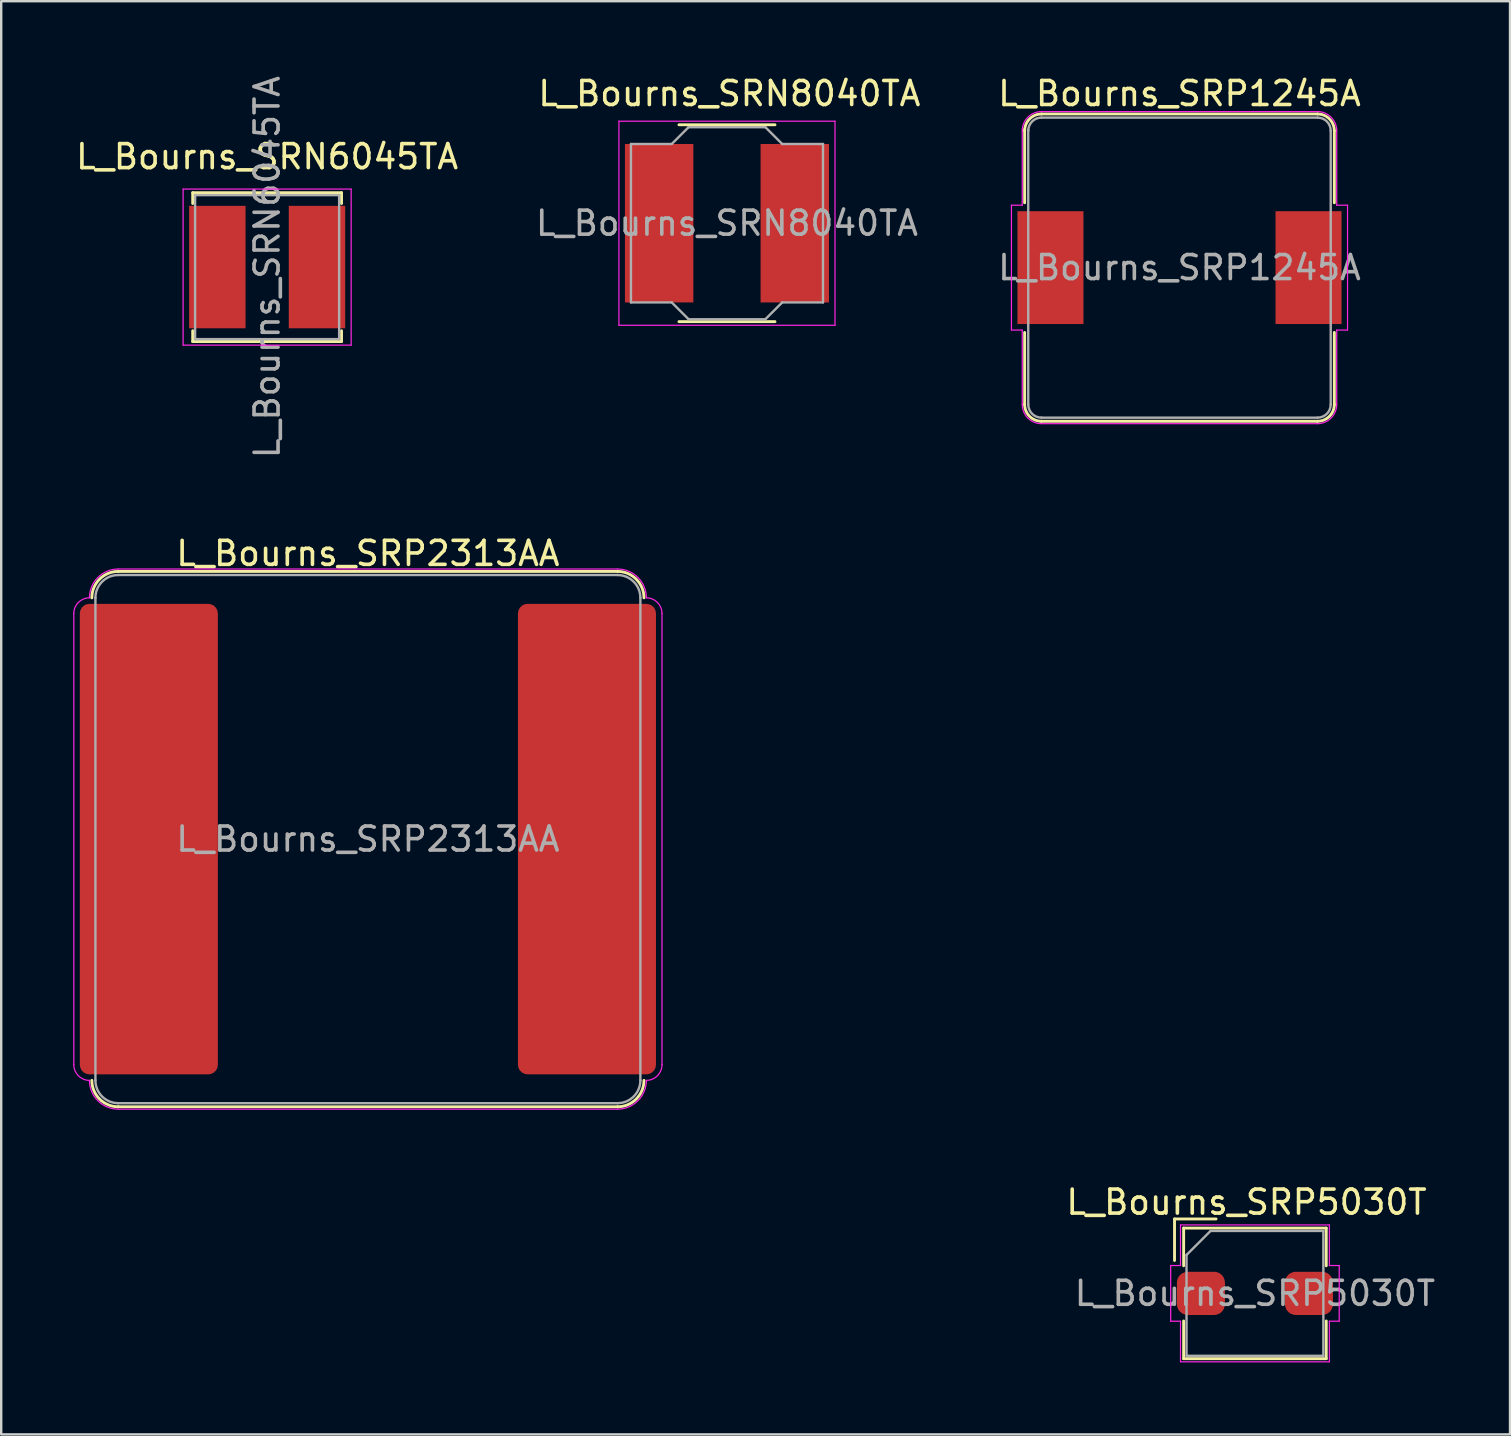
<source format=kicad_pcb>
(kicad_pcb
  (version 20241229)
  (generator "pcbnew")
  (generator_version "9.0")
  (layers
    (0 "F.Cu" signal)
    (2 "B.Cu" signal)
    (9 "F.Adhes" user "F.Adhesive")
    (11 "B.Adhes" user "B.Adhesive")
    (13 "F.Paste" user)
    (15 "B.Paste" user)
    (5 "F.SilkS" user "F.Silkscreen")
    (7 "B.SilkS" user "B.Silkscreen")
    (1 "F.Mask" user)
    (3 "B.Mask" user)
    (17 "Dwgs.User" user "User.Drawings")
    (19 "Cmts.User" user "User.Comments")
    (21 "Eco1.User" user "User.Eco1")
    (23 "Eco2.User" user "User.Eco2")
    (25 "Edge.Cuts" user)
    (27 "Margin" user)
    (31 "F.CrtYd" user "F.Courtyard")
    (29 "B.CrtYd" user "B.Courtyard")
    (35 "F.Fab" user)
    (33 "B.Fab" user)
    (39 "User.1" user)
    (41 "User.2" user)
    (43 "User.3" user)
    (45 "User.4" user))
  (footprint "L_Bourns_SRN8040TA"
    (layer "F.Cu")
    (at 27.232 6.248)
    (property "Reference" "L_Bourns_SRN8040TA" (at 0.1 -5.4 180) (layer "F.SilkS") (effects (font (size 1 1) (thickness 0.15))))
    (attr smd)
    (fp_line (start 2 -4.1) (end -2 -4.1) (stroke (width 0.12) (type solid)) (layer "F.SilkS"))
    (fp_line (start 2 4.1) (end -2 4.1) (stroke (width 0.12) (type solid)) (layer "F.SilkS"))
    (fp_line (start -4.5 -4.25) (end -4.5 4.25) (stroke (width 0.05) (type solid)) (layer "F.CrtYd"))
    (fp_line (start -4.5 4.25) (end 4.5 4.25) (stroke (width 0.05) (type solid)) (layer "F.CrtYd"))
    (fp_line (start 4.5 -4.25) (end -4.5 -4.25) (stroke (width 0.05) (type solid)) (layer "F.CrtYd"))
    (fp_line (start 4.5 4.25) (end 4.5 -4.25) (stroke (width 0.05) (type solid)) (layer "F.CrtYd"))
    (fp_line (start -4 3.3) (end -4 -3.3) (stroke (width 0.1) (type solid)) (layer "F.Fab"))
    (fp_line (start -2.3 -3.3) (end -4 -3.3) (stroke (width 0.1) (type solid)) (layer "F.Fab"))
    (fp_line (start -2.3 3.3) (end -4 3.3) (stroke (width 0.1) (type solid)) (layer "F.Fab"))
    (fp_line (start -1.6 -4) (end -2.3 -3.3) (stroke (width 0.1) (type solid)) (layer "F.Fab"))
    (fp_line (start -1.6 4) (end -2.3 3.3) (stroke (width 0.1) (type solid)) (layer "F.Fab"))
    (fp_line (start 1.6 -4) (end -1.6 -4) (stroke (width 0.1) (type solid)) (layer "F.Fab"))
    (fp_line (start 1.6 -4) (end 2.3 -3.3) (stroke (width 0.1) (type solid)) (layer "F.Fab"))
    (fp_line (start 1.6 4) (end -1.6 4) (stroke (width 0.1) (type solid)) (layer "F.Fab"))
    (fp_line (start 1.6 4) (end 2.3 3.3) (stroke (width 0.1) (type solid)) (layer "F.Fab"))
    (fp_line (start 2.3 -3.3) (end 4 -3.3) (stroke (width 0.1) (type solid)) (layer "F.Fab"))
    (fp_line (start 2.3 3.3) (end 4 3.3) (stroke (width 0.1) (type solid)) (layer "F.Fab"))
    (fp_line (start 4 -3.3) (end 4 3.3) (stroke (width 0.1) (type solid)) (layer "F.Fab"))
    (fp_text user "${REFERENCE}" (at 0 0 0) (layer "F.Fab") (effects (font (size 1 1) (thickness 0.15))))
    (pad "1" smd rect (at -2.825 0 270) (size 6.6 2.85) (layers "F.Cu" "F.Mask" "F.Paste"))
    (pad "2" smd rect (at 2.825 0 270) (size 6.6 2.85) (layers "F.Cu" "F.Mask" "F.Paste")))
  (footprint "L_Bourns_SRP5030T"
    (layer "F.Cu")
    (at 49.225 50.826)
    (property "Reference" "L_Bourns_SRP5030T" (at -0.35 -3.8 0) (layer "F.SilkS") (effects (font (size 1 1) (thickness 0.15))))
    (attr smd)
    (fp_line (start -3.35 -3.1) (end -1.62 -3.1) (stroke (width 0.12) (type solid)) (layer "F.SilkS"))
    (fp_line (start -3.35 -1.37) (end -3.35 -3.1) (stroke (width 0.12) (type solid)) (layer "F.SilkS"))
    (fp_line (start -2.97 -2.72) (end -2.97 -1.15) (stroke (width 0.12) (type solid)) (layer "F.SilkS"))
    (fp_line (start -2.97 -2.72) (end 2.97 -2.72) (stroke (width 0.12) (type solid)) (layer "F.SilkS"))
    (fp_line (start -2.97 1.15) (end -2.97 2.72) (stroke (width 0.12) (type solid)) (layer "F.SilkS"))
    (fp_line (start -2.97 2.72) (end 2.97 2.72) (stroke (width 0.12) (type solid)) (layer "F.SilkS"))
    (fp_line (start 2.97 -2.72) (end 2.97 -1.15) (stroke (width 0.12) (type solid)) (layer "F.SilkS"))
    (fp_line (start 2.97 1.15) (end 2.97 2.72) (stroke (width 0.12) (type solid)) (layer "F.SilkS"))
    (fp_line (start -3.51 -1.16) (end -3.51 1.16) (stroke (width 0.05) (type solid)) (layer "F.CrtYd"))
    (fp_line (start -3.51 1.16) (end -3.1 1.16) (stroke (width 0.05) (type solid)) (layer "F.CrtYd"))
    (fp_line (start -3.1 -2.85) (end -3.1 -1.16) (stroke (width 0.05) (type solid)) (layer "F.CrtYd"))
    (fp_line (start -3.1 -2.85) (end 3.1 -2.85) (stroke (width 0.05) (type solid)) (layer "F.CrtYd"))
    (fp_line (start -3.1 -1.16) (end -3.51 -1.16) (stroke (width 0.05) (type solid)) (layer "F.CrtYd"))
    (fp_line (start -3.1 1.16) (end -3.1 2.85) (stroke (width 0.05) (type solid)) (layer "F.CrtYd"))
    (fp_line (start -3.1 2.85) (end 3.1 2.85) (stroke (width 0.05) (type solid)) (layer "F.CrtYd"))
    (fp_line (start 3.1 -2.85) (end 3.1 -1.16) (stroke (width 0.05) (type solid)) (layer "F.CrtYd"))
    (fp_line (start 3.1 -1.16) (end 3.51 -1.16) (stroke (width 0.05) (type solid)) (layer "F.CrtYd"))
    (fp_line (start 3.1 1.16) (end 3.1 2.85) (stroke (width 0.05) (type solid)) (layer "F.CrtYd"))
    (fp_line (start 3.51 -1.16) (end 3.51 1.16) (stroke (width 0.05) (type solid)) (layer "F.CrtYd"))
    (fp_line (start 3.51 1.16) (end 3.1 1.16) (stroke (width 0.05) (type solid)) (layer "F.CrtYd"))
    (fp_line (start -2.85 -1.6) (end -1.85 -2.6) (stroke (width 0.1) (type solid)) (layer "F.Fab"))
    (fp_line (start -2.85 2.6) (end -2.85 -1.6) (stroke (width 0.1) (type solid)) (layer "F.Fab"))
    (fp_line (start -1.85 -2.6) (end 2.85 -2.6) (stroke (width 0.1) (type solid)) (layer "F.Fab"))
    (fp_line (start 2.85 -2.6) (end 2.85 2.6) (stroke (width 0.1) (type solid)) (layer "F.Fab"))
    (fp_line (start 2.85 2.6) (end -2.85 2.6) (stroke (width 0.1) (type solid)) (layer "F.Fab"))
    (fp_text user "" (at -49 0.05 0) (layer "F.SilkS") (effects (font (size 3 3) (thickness 0.15))))
    (fp_text user "${REFERENCE}" (at 0 0 0) (layer "F.Fab") (effects (font (size 1 1) (thickness 0.15))))
    (pad "1" smd roundrect (at -2.25 0) (size 2 1.8) (layers "F.Cu" "F.Mask" "F.Paste") (roundrect_rratio 0.25))
    (pad "2" smd roundrect (at 2.25 0) (size 2 1.8) (layers "F.Cu" "F.Mask" "F.Paste") (roundrect_rratio 0.25)))
  (footprint "L_Bourns_SRP2313AA"
    (layer "F.Cu")
    (at 12.275 31.903)
    (property "Reference" "L_Bourns_SRP2313AA" (at 0 -11.9 0) (layer "F.SilkS") (effects (font (size 1 1) (thickness 0.15))))
    (attr smd)
    (fp_line (start -10.4 -11.15) (end 10.4 -11.15) (stroke (width 0.12) (type solid)) (layer "F.SilkS"))
    (fp_line (start 10.4 11.15) (end -10.4 11.15) (stroke (width 0.12) (type solid)) (layer "F.SilkS"))
    (fp_arc (start -11.5 -10.05) (mid -11.177817 -10.827817) (end -10.4 -11.15) (stroke (width 0.12) (type solid)) (layer "F.SilkS"))
    (fp_arc (start -10.4 11.15) (mid -11.177817 10.827817) (end -11.5 10.05) (stroke (width 0.12) (type solid)) (layer "F.SilkS"))
    (fp_arc (start 10.4 -11.15) (mid 11.177817 -10.827817) (end 11.5 -10.05) (stroke (width 0.12) (type solid)) (layer "F.SilkS"))
    (fp_arc (start 11.5 10.05) (mid 11.177817 10.827817) (end 10.4 11.15) (stroke (width 0.12) (type solid)) (layer "F.SilkS"))
    (fp_line (start -12.25 9.4) (end -12.25 -9.4) (stroke (width 0.05) (type solid)) (layer "F.CrtYd"))
    (fp_line (start -10.4 -11.25) (end 10.4 -11.25) (stroke (width 0.05) (type solid)) (layer "F.CrtYd"))
    (fp_line (start 10.4 11.25) (end -10.4 11.25) (stroke (width 0.05) (type solid)) (layer "F.CrtYd"))
    (fp_line (start 12.25 -9.4) (end 12.25 9.4) (stroke (width 0.05) (type solid)) (layer "F.CrtYd"))
    (fp_arc (start -12.25 -9.4) (mid -12.059619 -9.859619) (end -11.6 -10.05) (stroke (width 0.05) (type solid)) (layer "F.CrtYd"))
    (fp_arc (start -11.6 -10.05) (mid -11.248528 -10.898528) (end -10.4 -11.25) (stroke (width 0.05) (type solid)) (layer "F.CrtYd"))
    (fp_arc (start -11.6 10.05) (mid -12.059619 9.859619) (end -12.25 9.4) (stroke (width 0.05) (type solid)) (layer "F.CrtYd"))
    (fp_arc (start -10.4 11.25) (mid -11.248528 10.898528) (end -11.6 10.05) (stroke (width 0.05) (type solid)) (layer "F.CrtYd"))
    (fp_arc (start 10.4 -11.25) (mid 11.248528 -10.898528) (end 11.6 -10.05) (stroke (width 0.05) (type solid)) (layer "F.CrtYd"))
    (fp_arc (start 11.6 -10.05) (mid 12.059619 -9.859619) (end 12.25 -9.4) (stroke (width 0.05) (type solid)) (layer "F.CrtYd"))
    (fp_arc (start 11.6 10.05) (mid 11.248528 10.898528) (end 10.4 11.25) (stroke (width 0.05) (type solid)) (layer "F.CrtYd"))
    (fp_arc (start 12.25 9.4) (mid 12.059619 9.859619) (end 11.6 10.05) (stroke (width 0.05) (type solid)) (layer "F.CrtYd"))
    (fp_line (start -11.35 -10.05) (end -11.35 10.05) (stroke (width 0.1) (type solid)) (layer "F.Fab"))
    (fp_line (start -10.4 -11) (end 10.4 -11) (stroke (width 0.1) (type solid)) (layer "F.Fab"))
    (fp_line (start 10.4 11) (end -10.4 11) (stroke (width 0.1) (type solid)) (layer "F.Fab"))
    (fp_line (start 11.35 -10.05) (end 11.35 10.05) (stroke (width 0.1) (type solid)) (layer "F.Fab"))
    (fp_arc (start -11.35 -10.05) (mid -11.071751 -10.721751) (end -10.4 -11) (stroke (width 0.1) (type solid)) (layer "F.Fab"))
    (fp_arc (start -10.4 11) (mid -11.071751 10.721751) (end -11.35 10.05) (stroke (width 0.1) (type solid)) (layer "F.Fab"))
    (fp_arc (start 10.4 -11) (mid 11.071751 -10.721751) (end 11.35 -10.05) (stroke (width 0.1) (type solid)) (layer "F.Fab"))
    (fp_arc (start 11.35 10.05) (mid 11.071751 10.721751) (end 10.4 11) (stroke (width 0.1) (type solid)) (layer "F.Fab"))
    (fp_text user "${REFERENCE}" (at 0 0 0) (layer "F.Fab") (effects (font (size 1 1) (thickness 0.15))))
    (pad "1" smd roundrect (at -9.125 0) (size 5.75 19.6) (layers "F.Cu" "F.Mask" "F.Paste") (roundrect_rratio 0.07))
    (pad "2" smd roundrect (at 9.125 0) (size 5.75 19.6) (layers "F.Cu" "F.Mask" "F.Paste") (roundrect_rratio 0.07)))
  (footprint "L_Bourns_SRN6045TA"
    (layer "F.Cu")
    (at 8.077 8.077)
    (property "Reference" "L_Bourns_SRN6045TA" (at 0 -4.6 0) (layer "F.SilkS") (effects (font (size 1 1) (thickness 0.15))))
    (attr smd)
    (fp_line (start -3.1 -3.1) (end -3.1 -2.65) (stroke (width 0.12) (type solid)) (layer "F.SilkS"))
    (fp_line (start -3.1 -3.1) (end 3.1 -3.1) (stroke (width 0.12) (type solid)) (layer "F.SilkS"))
    (fp_line (start -3.1 3.1) (end -3.1 2.65) (stroke (width 0.12) (type solid)) (layer "F.SilkS"))
    (fp_line (start 3.1 -3.1) (end 3.1 -2.65) (stroke (width 0.12) (type solid)) (layer "F.SilkS"))
    (fp_line (start 3.1 3.1) (end -3.1 3.1) (stroke (width 0.12) (type solid)) (layer "F.SilkS"))
    (fp_line (start 3.1 3.1) (end 3.1 2.65) (stroke (width 0.12) (type solid)) (layer "F.SilkS"))
    (fp_line (start -3.5 -3.25) (end -3.5 3.25) (stroke (width 0.05) (type solid)) (layer "F.CrtYd"))
    (fp_line (start -3.5 3.25) (end 3.5 3.25) (stroke (width 0.05) (type solid)) (layer "F.CrtYd"))
    (fp_line (start 3.5 -3.25) (end -3.5 -3.25) (stroke (width 0.05) (type solid)) (layer "F.CrtYd"))
    (fp_line (start 3.5 3.25) (end 3.5 -3.25) (stroke (width 0.05) (type solid)) (layer "F.CrtYd"))
    (fp_line (start -3 -3) (end -3 3) (stroke (width 0.1) (type solid)) (layer "F.Fab"))
    (fp_line (start -3 -3) (end 3 -3) (stroke (width 0.1) (type solid)) (layer "F.Fab"))
    (fp_line (start -3 3) (end 3 3) (stroke (width 0.1) (type solid)) (layer "F.Fab"))
    (fp_line (start 3 3) (end 3 -3) (stroke (width 0.1) (type solid)) (layer "F.Fab"))
    (fp_text user "${REFERENCE}" (at 0 0 90) (layer "F.Fab") (effects (font (size 1 1) (thickness 0.15))))
    (pad "1" smd rect (at -2.073 -0.002) (size 2.35 5.1) (layers "F.Cu" "F.Mask" "F.Paste"))
    (pad "2" smd rect (at 2.077 -0.002) (size 2.35 5.1) (layers "F.Cu" "F.Mask" "F.Paste")))
  (footprint "L_Bourns_SRP1245A"
    (layer "F.Cu")
    (at 46.082 8.098)
    (property "Reference" "L_Bourns_SRP1245A" (at 0 -7.25 0) (layer "F.SilkS") (effects (font (size 1 1) (thickness 0.15))))
    (attr smd)
    (fp_line (start -6.45 -5.75) (end -6.45 -2.7) (stroke (width 0.12) (type solid)) (layer "F.SilkS"))
    (fp_line (start -6.45 2.7) (end -6.45 5.7) (stroke (width 0.12) (type solid)) (layer "F.SilkS"))
    (fp_line (start -5.75 -6.4) (end 5.75 -6.4) (stroke (width 0.12) (type solid)) (layer "F.SilkS"))
    (fp_line (start 5.75 6.4) (end -5.75 6.4) (stroke (width 0.12) (type solid)) (layer "F.SilkS"))
    (fp_line (start 6.45 -5.7) (end 6.45 -2.7) (stroke (width 0.12) (type solid)) (layer "F.SilkS"))
    (fp_line (start 6.45 2.7) (end 6.45 5.7) (stroke (width 0.12) (type solid)) (layer "F.SilkS"))
    (fp_arc (start -6.45 -5.7) (mid -6.244975 -6.194975) (end -5.75 -6.4) (stroke (width 0.12) (type solid)) (layer "F.SilkS"))
    (fp_arc (start -5.75 6.4) (mid -6.244975 6.194975) (end -6.45 5.7) (stroke (width 0.12) (type solid)) (layer "F.SilkS"))
    (fp_arc (start 5.75 -6.4) (mid 6.244975 -6.194975) (end 6.45 -5.7) (stroke (width 0.12) (type solid)) (layer "F.SilkS"))
    (fp_arc (start 6.45 5.7) (mid 6.244975 6.194975) (end 5.75 6.4) (stroke (width 0.12) (type solid)) (layer "F.SilkS"))
    (fp_line (start -7 -2.6) (end -6.55 -2.6) (stroke (width 0.05) (type solid)) (layer "F.CrtYd"))
    (fp_line (start -7 2.6) (end -7 -2.6) (stroke (width 0.05) (type solid)) (layer "F.CrtYd"))
    (fp_line (start -7 2.6) (end -6.55 2.6) (stroke (width 0.05) (type solid)) (layer "F.CrtYd"))
    (fp_line (start -6.55 -2.6) (end -6.55 -5.7) (stroke (width 0.05) (type solid)) (layer "F.CrtYd"))
    (fp_line (start -6.55 5.7) (end -6.55 2.6) (stroke (width 0.05) (type solid)) (layer "F.CrtYd"))
    (fp_line (start -5.75 -6.5) (end 5.75 -6.5) (stroke (width 0.05) (type solid)) (layer "F.CrtYd"))
    (fp_line (start 5.75 6.5) (end -5.75 6.5) (stroke (width 0.05) (type solid)) (layer "F.CrtYd"))
    (fp_line (start 6.55 -5.7) (end 6.55 -2.6) (stroke (width 0.05) (type solid)) (layer "F.CrtYd"))
    (fp_line (start 6.55 2.6) (end 6.55 5.7) (stroke (width 0.05) (type solid)) (layer "F.CrtYd"))
    (fp_line (start 7 -2.6) (end 6.55 -2.6) (stroke (width 0.05) (type solid)) (layer "F.CrtYd"))
    (fp_line (start 7 -2.6) (end 7 2.6) (stroke (width 0.05) (type solid)) (layer "F.CrtYd"))
    (fp_line (start 7 2.6) (end 6.55 2.6) (stroke (width 0.05) (type solid)) (layer "F.CrtYd"))
    (fp_arc (start -6.55 -5.7) (mid -6.315685 -6.265685) (end -5.75 -6.5) (stroke (width 0.05) (type solid)) (layer "F.CrtYd"))
    (fp_arc (start -5.75 6.5) (mid -6.315685 6.265685) (end -6.55 5.7) (stroke (width 0.05) (type solid)) (layer "F.CrtYd"))
    (fp_arc (start 5.75 -6.5) (mid 6.315685 -6.265685) (end 6.55 -5.7) (stroke (width 0.05) (type solid)) (layer "F.CrtYd"))
    (fp_arc (start 6.55 5.7) (mid 6.315685 6.265685) (end 5.75 6.5) (stroke (width 0.05) (type solid)) (layer "F.CrtYd"))
    (fp_line (start -6.3 -5.75) (end -6.3 5.7) (stroke (width 0.1) (type solid)) (layer "F.Fab"))
    (fp_line (start -5.75 -6.25) (end 5.75 -6.25) (stroke (width 0.1) (type solid)) (layer "F.Fab"))
    (fp_line (start 5.75 6.25) (end -5.75 6.25) (stroke (width 0.1) (type solid)) (layer "F.Fab"))
    (fp_line (start 6.3 -5.7) (end 6.3 5.7) (stroke (width 0.1) (type solid)) (layer "F.Fab"))
    (fp_arc (start -6.3 -5.7) (mid -6.138909 -6.088909) (end -5.75 -6.25) (stroke (width 0.1) (type solid)) (layer "F.Fab"))
    (fp_arc (start -5.75 6.25) (mid -6.138909 6.088909) (end -6.3 5.7) (stroke (width 0.1) (type solid)) (layer "F.Fab"))
    (fp_arc (start 5.75 -6.25) (mid 6.138909 -6.088909) (end 6.3 -5.7) (stroke (width 0.1) (type solid)) (layer "F.Fab"))
    (fp_arc (start 6.3 5.7) (mid 6.138909 6.088909) (end 5.75 6.25) (stroke (width 0.1) (type solid)) (layer "F.Fab"))
    (fp_text user "${REFERENCE}" (at 0 0 0) (layer "F.Fab") (effects (font (size 1 1) (thickness 0.15))))
    (pad "1" smd rect (at -5.375 0) (size 2.75 4.7) (layers "F.Cu" "F.Mask" "F.Paste"))
    (pad "2" smd rect (at 5.375 0) (size 2.75 4.7) (layers "F.Cu" "F.Mask" "F.Paste")))
  (gr_rect
    (start -3 -3)
    (end 59.85 56.701)
    (stroke (width 0.1) (type default))
    (fill no)
    (layer "Edge.Cuts")))
</source>
